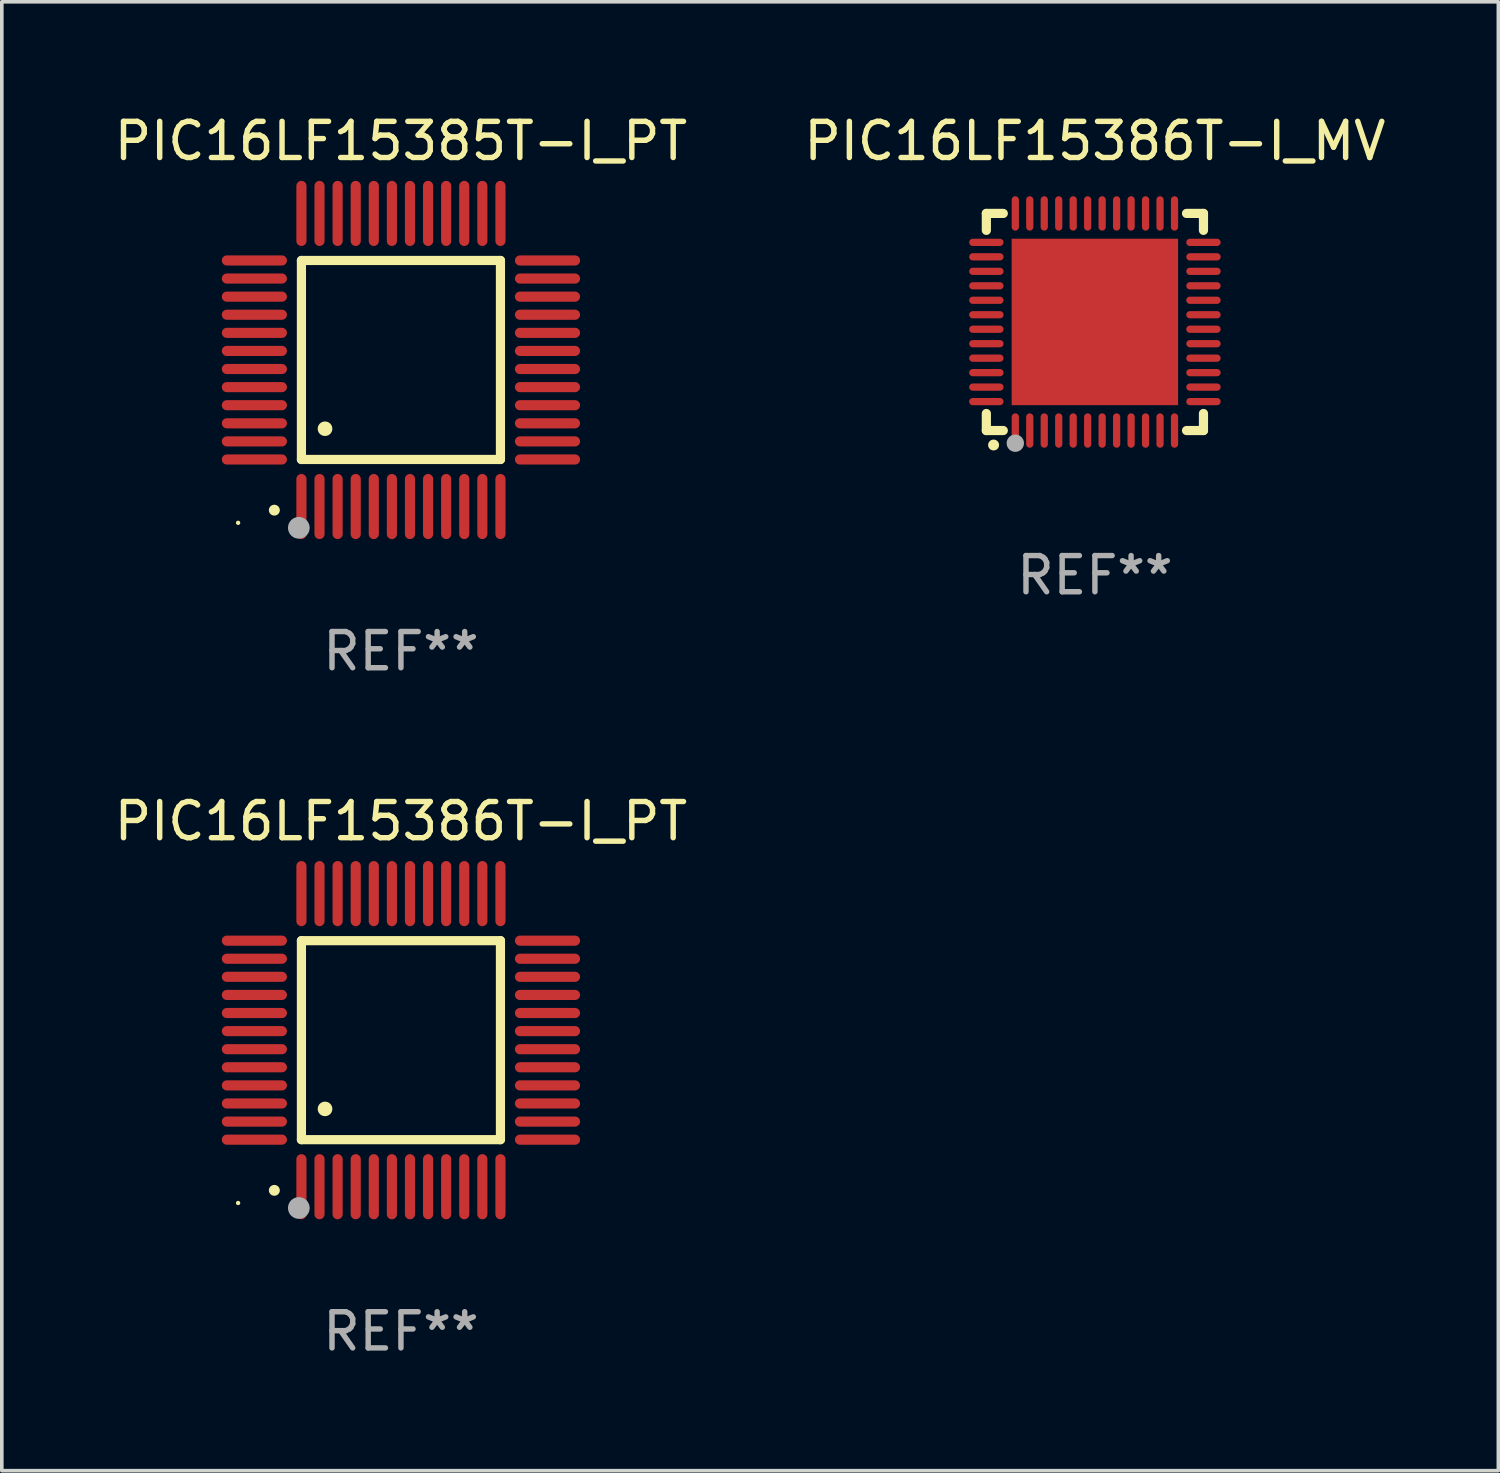
<source format=kicad_pcb>
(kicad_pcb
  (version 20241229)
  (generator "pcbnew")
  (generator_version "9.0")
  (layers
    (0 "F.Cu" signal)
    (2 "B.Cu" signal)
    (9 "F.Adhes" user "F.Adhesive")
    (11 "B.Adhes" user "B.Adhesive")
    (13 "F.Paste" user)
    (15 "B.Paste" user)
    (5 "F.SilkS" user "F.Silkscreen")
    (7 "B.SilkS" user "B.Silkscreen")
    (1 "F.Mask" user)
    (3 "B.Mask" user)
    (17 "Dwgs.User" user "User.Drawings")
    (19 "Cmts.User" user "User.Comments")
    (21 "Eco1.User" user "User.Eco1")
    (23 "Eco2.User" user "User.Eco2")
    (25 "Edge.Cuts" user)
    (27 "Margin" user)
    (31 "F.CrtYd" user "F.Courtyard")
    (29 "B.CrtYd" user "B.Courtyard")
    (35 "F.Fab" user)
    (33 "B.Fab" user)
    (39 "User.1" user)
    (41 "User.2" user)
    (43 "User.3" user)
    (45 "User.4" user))
  (footprint "PIC16LF15386T-I_PT"
    (layer "F.Cu")
    (at 8.03 25.695)
    (property "Reference" "PIC16LF15386T-I_PT" (at 0 -6.05 0) (layer "F.SilkS") (effects (font (size 1 1) (thickness 0.15))))
    (attr through_hole)
    (fp_line (start -2.75 -2.75) (end 2.75 -2.75) (stroke (width 0.254) (type solid)) (layer "F.SilkS"))
    (fp_line (start -2.75 2.75) (end -2.75 -2.75) (stroke (width 0.254) (type solid)) (layer "F.SilkS"))
    (fp_line (start 2.75 -2.75) (end 2.75 2.75) (stroke (width 0.254) (type solid)) (layer "F.SilkS"))
    (fp_line (start 2.75 2.75) (end -2.75 2.75) (stroke (width 0.254) (type solid)) (layer "F.SilkS"))
    (fp_arc (start -3.500127 4.150368) (mid -3.498857 4.150363) (end -3.497587 4.150368) (stroke (width 0.3) (type solid)) (layer "F.SilkS"))
    (fp_arc (start -2.100584 1.899924) (mid -2.098044 1.899908) (end -2.095504 1.899924) (stroke (width 0.4) (type solid)) (layer "F.SilkS"))
    (fp_circle (center -4.5 4.5) (end -4.47 4.5) (stroke (width 0.06) (type solid)) (fill no) (layer "F.SilkS"))
    (fp_circle (center -2.822 4.638) (end -2.672 4.638) (stroke (width 0.3) (type solid)) (fill no) (layer "F.Fab"))
    (fp_text user "REF**" (at 0 8.05 0) (layer "F.Fab") (effects (font (size 1 1) (thickness 0.15))))
    (pad "1" smd oval (at -2.75 4.05) (size 0.28 1.8) (layers "F.Cu" "F.Mask" "F.Paste"))
    (pad "2" smd oval (at -2.25 4.05) (size 0.28 1.8) (layers "F.Cu" "F.Mask" "F.Paste"))
    (pad "3" smd oval (at -1.75 4.05) (size 0.28 1.8) (layers "F.Cu" "F.Mask" "F.Paste"))
    (pad "4" smd oval (at -1.25 4.05) (size 0.28 1.8) (layers "F.Cu" "F.Mask" "F.Paste"))
    (pad "5" smd oval (at -0.75 4.05) (size 0.28 1.8) (layers "F.Cu" "F.Mask" "F.Paste"))
    (pad "6" smd oval (at -0.25 4.05) (size 0.28 1.8) (layers "F.Cu" "F.Mask" "F.Paste"))
    (pad "7" smd oval (at 0.25 4.05) (size 0.28 1.8) (layers "F.Cu" "F.Mask" "F.Paste"))
    (pad "8" smd oval (at 0.75 4.05) (size 0.28 1.8) (layers "F.Cu" "F.Mask" "F.Paste"))
    (pad "9" smd oval (at 1.25 4.05) (size 0.28 1.8) (layers "F.Cu" "F.Mask" "F.Paste"))
    (pad "10" smd oval (at 1.75 4.05) (size 0.28 1.8) (layers "F.Cu" "F.Mask" "F.Paste"))
    (pad "11" smd oval (at 2.25 4.05) (size 0.28 1.8) (layers "F.Cu" "F.Mask" "F.Paste"))
    (pad "12" smd oval (at 2.75 4.05) (size 0.28 1.8) (layers "F.Cu" "F.Mask" "F.Paste"))
    (pad "13" smd oval (at 4.05 2.75) (size 1.8 0.28) (layers "F.Cu" "F.Mask" "F.Paste"))
    (pad "14" smd oval (at 4.05 2.25) (size 1.8 0.28) (layers "F.Cu" "F.Mask" "F.Paste"))
    (pad "15" smd oval (at 4.05 1.75) (size 1.8 0.28) (layers "F.Cu" "F.Mask" "F.Paste"))
    (pad "16" smd oval (at 4.05 1.25) (size 1.8 0.28) (layers "F.Cu" "F.Mask" "F.Paste"))
    (pad "17" smd oval (at 4.05 0.75) (size 1.8 0.28) (layers "F.Cu" "F.Mask" "F.Paste"))
    (pad "18" smd oval (at 4.05 0.25) (size 1.8 0.28) (layers "F.Cu" "F.Mask" "F.Paste"))
    (pad "19" smd oval (at 4.05 -0.25) (size 1.8 0.28) (layers "F.Cu" "F.Mask" "F.Paste"))
    (pad "20" smd oval (at 4.05 -0.75) (size 1.8 0.28) (layers "F.Cu" "F.Mask" "F.Paste"))
    (pad "21" smd oval (at 4.05 -1.25) (size 1.8 0.28) (layers "F.Cu" "F.Mask" "F.Paste"))
    (pad "22" smd oval (at 4.05 -1.75) (size 1.8 0.28) (layers "F.Cu" "F.Mask" "F.Paste"))
    (pad "23" smd oval (at 4.05 -2.25) (size 1.8 0.28) (layers "F.Cu" "F.Mask" "F.Paste"))
    (pad "24" smd oval (at 4.05 -2.75) (size 1.8 0.28) (layers "F.Cu" "F.Mask" "F.Paste"))
    (pad "25" smd oval (at 2.75 -4.05) (size 0.28 1.8) (layers "F.Cu" "F.Mask" "F.Paste"))
    (pad "26" smd oval (at 2.25 -4.05) (size 0.28 1.8) (layers "F.Cu" "F.Mask" "F.Paste"))
    (pad "27" smd oval (at 1.75 -4.05) (size 0.28 1.8) (layers "F.Cu" "F.Mask" "F.Paste"))
    (pad "28" smd oval (at 1.25 -4.05) (size 0.28 1.8) (layers "F.Cu" "F.Mask" "F.Paste"))
    (pad "29" smd oval (at 0.75 -4.05) (size 0.28 1.8) (layers "F.Cu" "F.Mask" "F.Paste"))
    (pad "30" smd oval (at 0.25 -4.05) (size 0.28 1.8) (layers "F.Cu" "F.Mask" "F.Paste"))
    (pad "31" smd oval (at -0.25 -4.05) (size 0.28 1.8) (layers "F.Cu" "F.Mask" "F.Paste"))
    (pad "32" smd oval (at -0.75 -4.05) (size 0.28 1.8) (layers "F.Cu" "F.Mask" "F.Paste"))
    (pad "33" smd oval (at -1.25 -4.05) (size 0.28 1.8) (layers "F.Cu" "F.Mask" "F.Paste"))
    (pad "34" smd oval (at -1.75 -4.05) (size 0.28 1.8) (layers "F.Cu" "F.Mask" "F.Paste"))
    (pad "35" smd oval (at -2.25 -4.05) (size 0.28 1.8) (layers "F.Cu" "F.Mask" "F.Paste"))
    (pad "36" smd oval (at -2.75 -4.05) (size 0.28 1.8) (layers "F.Cu" "F.Mask" "F.Paste"))
    (pad "37" smd oval (at -4.05 -2.75) (size 1.8 0.28) (layers "F.Cu" "F.Mask" "F.Paste"))
    (pad "38" smd oval (at -4.05 -2.25) (size 1.8 0.28) (layers "F.Cu" "F.Mask" "F.Paste"))
    (pad "39" smd oval (at -4.05 -1.75) (size 1.8 0.28) (layers "F.Cu" "F.Mask" "F.Paste"))
    (pad "40" smd oval (at -4.05 -1.25) (size 1.8 0.28) (layers "F.Cu" "F.Mask" "F.Paste"))
    (pad "41" smd oval (at -4.05 -0.75) (size 1.8 0.28) (layers "F.Cu" "F.Mask" "F.Paste"))
    (pad "42" smd oval (at -4.05 -0.25) (size 1.8 0.28) (layers "F.Cu" "F.Mask" "F.Paste"))
    (pad "43" smd oval (at -4.05 0.25) (size 1.8 0.28) (layers "F.Cu" "F.Mask" "F.Paste"))
    (pad "44" smd oval (at -4.05 0.75) (size 1.8 0.28) (layers "F.Cu" "F.Mask" "F.Paste"))
    (pad "45" smd oval (at -4.05 1.25) (size 1.8 0.28) (layers "F.Cu" "F.Mask" "F.Paste"))
    (pad "46" smd oval (at -4.05 1.75) (size 1.8 0.28) (layers "F.Cu" "F.Mask" "F.Paste"))
    (pad "47" smd oval (at -4.05 2.25) (size 1.8 0.28) (layers "F.Cu" "F.Mask" "F.Paste"))
    (pad "48" smd oval (at -4.05 2.75) (size 1.8 0.28) (layers "F.Cu" "F.Mask" "F.Paste")))
  (footprint "PIC16LF15385T-I_PT"
    (layer "F.Cu")
    (at 8.03 6.898)
    (property "Reference" "PIC16LF15385T-I_PT" (at 0 -6.05 0) (layer "F.SilkS") (effects (font (size 1 1) (thickness 0.15))))
    (attr through_hole)
    (fp_line (start -2.75 -2.75) (end 2.75 -2.75) (stroke (width 0.254) (type solid)) (layer "F.SilkS"))
    (fp_line (start -2.75 2.75) (end -2.75 -2.75) (stroke (width 0.254) (type solid)) (layer "F.SilkS"))
    (fp_line (start 2.75 -2.75) (end 2.75 2.75) (stroke (width 0.254) (type solid)) (layer "F.SilkS"))
    (fp_line (start 2.75 2.75) (end -2.75 2.75) (stroke (width 0.254) (type solid)) (layer "F.SilkS"))
    (fp_arc (start -3.500127 4.150368) (mid -3.498857 4.150363) (end -3.497587 4.150368) (stroke (width 0.3) (type solid)) (layer "F.SilkS"))
    (fp_arc (start -2.100584 1.899924) (mid -2.098044 1.899908) (end -2.095504 1.899924) (stroke (width 0.4) (type solid)) (layer "F.SilkS"))
    (fp_circle (center -4.5 4.5) (end -4.47 4.5) (stroke (width 0.06) (type solid)) (fill no) (layer "F.SilkS"))
    (fp_circle (center -2.822 4.638) (end -2.672 4.638) (stroke (width 0.3) (type solid)) (fill no) (layer "F.Fab"))
    (fp_text user "REF**" (at 0 8.05 0) (layer "F.Fab") (effects (font (size 1 1) (thickness 0.15))))
    (pad "1" smd oval (at -2.75 4.05) (size 0.28 1.8) (layers "F.Cu" "F.Mask" "F.Paste"))
    (pad "2" smd oval (at -2.25 4.05) (size 0.28 1.8) (layers "F.Cu" "F.Mask" "F.Paste"))
    (pad "3" smd oval (at -1.75 4.05) (size 0.28 1.8) (layers "F.Cu" "F.Mask" "F.Paste"))
    (pad "4" smd oval (at -1.25 4.05) (size 0.28 1.8) (layers "F.Cu" "F.Mask" "F.Paste"))
    (pad "5" smd oval (at -0.75 4.05) (size 0.28 1.8) (layers "F.Cu" "F.Mask" "F.Paste"))
    (pad "6" smd oval (at -0.25 4.05) (size 0.28 1.8) (layers "F.Cu" "F.Mask" "F.Paste"))
    (pad "7" smd oval (at 0.25 4.05) (size 0.28 1.8) (layers "F.Cu" "F.Mask" "F.Paste"))
    (pad "8" smd oval (at 0.75 4.05) (size 0.28 1.8) (layers "F.Cu" "F.Mask" "F.Paste"))
    (pad "9" smd oval (at 1.25 4.05) (size 0.28 1.8) (layers "F.Cu" "F.Mask" "F.Paste"))
    (pad "10" smd oval (at 1.75 4.05) (size 0.28 1.8) (layers "F.Cu" "F.Mask" "F.Paste"))
    (pad "11" smd oval (at 2.25 4.05) (size 0.28 1.8) (layers "F.Cu" "F.Mask" "F.Paste"))
    (pad "12" smd oval (at 2.75 4.05) (size 0.28 1.8) (layers "F.Cu" "F.Mask" "F.Paste"))
    (pad "13" smd oval (at 4.05 2.75) (size 1.8 0.28) (layers "F.Cu" "F.Mask" "F.Paste"))
    (pad "14" smd oval (at 4.05 2.25) (size 1.8 0.28) (layers "F.Cu" "F.Mask" "F.Paste"))
    (pad "15" smd oval (at 4.05 1.75) (size 1.8 0.28) (layers "F.Cu" "F.Mask" "F.Paste"))
    (pad "16" smd oval (at 4.05 1.25) (size 1.8 0.28) (layers "F.Cu" "F.Mask" "F.Paste"))
    (pad "17" smd oval (at 4.05 0.75) (size 1.8 0.28) (layers "F.Cu" "F.Mask" "F.Paste"))
    (pad "18" smd oval (at 4.05 0.25) (size 1.8 0.28) (layers "F.Cu" "F.Mask" "F.Paste"))
    (pad "19" smd oval (at 4.05 -0.25) (size 1.8 0.28) (layers "F.Cu" "F.Mask" "F.Paste"))
    (pad "20" smd oval (at 4.05 -0.75) (size 1.8 0.28) (layers "F.Cu" "F.Mask" "F.Paste"))
    (pad "21" smd oval (at 4.05 -1.25) (size 1.8 0.28) (layers "F.Cu" "F.Mask" "F.Paste"))
    (pad "22" smd oval (at 4.05 -1.75) (size 1.8 0.28) (layers "F.Cu" "F.Mask" "F.Paste"))
    (pad "23" smd oval (at 4.05 -2.25) (size 1.8 0.28) (layers "F.Cu" "F.Mask" "F.Paste"))
    (pad "24" smd oval (at 4.05 -2.75) (size 1.8 0.28) (layers "F.Cu" "F.Mask" "F.Paste"))
    (pad "25" smd oval (at 2.75 -4.05) (size 0.28 1.8) (layers "F.Cu" "F.Mask" "F.Paste"))
    (pad "26" smd oval (at 2.25 -4.05) (size 0.28 1.8) (layers "F.Cu" "F.Mask" "F.Paste"))
    (pad "27" smd oval (at 1.75 -4.05) (size 0.28 1.8) (layers "F.Cu" "F.Mask" "F.Paste"))
    (pad "28" smd oval (at 1.25 -4.05) (size 0.28 1.8) (layers "F.Cu" "F.Mask" "F.Paste"))
    (pad "29" smd oval (at 0.75 -4.05) (size 0.28 1.8) (layers "F.Cu" "F.Mask" "F.Paste"))
    (pad "30" smd oval (at 0.25 -4.05) (size 0.28 1.8) (layers "F.Cu" "F.Mask" "F.Paste"))
    (pad "31" smd oval (at -0.25 -4.05) (size 0.28 1.8) (layers "F.Cu" "F.Mask" "F.Paste"))
    (pad "32" smd oval (at -0.75 -4.05) (size 0.28 1.8) (layers "F.Cu" "F.Mask" "F.Paste"))
    (pad "33" smd oval (at -1.25 -4.05) (size 0.28 1.8) (layers "F.Cu" "F.Mask" "F.Paste"))
    (pad "34" smd oval (at -1.75 -4.05) (size 0.28 1.8) (layers "F.Cu" "F.Mask" "F.Paste"))
    (pad "35" smd oval (at -2.25 -4.05) (size 0.28 1.8) (layers "F.Cu" "F.Mask" "F.Paste"))
    (pad "36" smd oval (at -2.75 -4.05) (size 0.28 1.8) (layers "F.Cu" "F.Mask" "F.Paste"))
    (pad "37" smd oval (at -4.05 -2.75) (size 1.8 0.28) (layers "F.Cu" "F.Mask" "F.Paste"))
    (pad "38" smd oval (at -4.05 -2.25) (size 1.8 0.28) (layers "F.Cu" "F.Mask" "F.Paste"))
    (pad "39" smd oval (at -4.05 -1.75) (size 1.8 0.28) (layers "F.Cu" "F.Mask" "F.Paste"))
    (pad "40" smd oval (at -4.05 -1.25) (size 1.8 0.28) (layers "F.Cu" "F.Mask" "F.Paste"))
    (pad "41" smd oval (at -4.05 -0.75) (size 1.8 0.28) (layers "F.Cu" "F.Mask" "F.Paste"))
    (pad "42" smd oval (at -4.05 -0.25) (size 1.8 0.28) (layers "F.Cu" "F.Mask" "F.Paste"))
    (pad "43" smd oval (at -4.05 0.25) (size 1.8 0.28) (layers "F.Cu" "F.Mask" "F.Paste"))
    (pad "44" smd oval (at -4.05 0.75) (size 1.8 0.28) (layers "F.Cu" "F.Mask" "F.Paste"))
    (pad "45" smd oval (at -4.05 1.25) (size 1.8 0.28) (layers "F.Cu" "F.Mask" "F.Paste"))
    (pad "46" smd oval (at -4.05 1.75) (size 1.8 0.28) (layers "F.Cu" "F.Mask" "F.Paste"))
    (pad "47" smd oval (at -4.05 2.25) (size 1.8 0.28) (layers "F.Cu" "F.Mask" "F.Paste"))
    (pad "48" smd oval (at -4.05 2.75) (size 1.8 0.28) (layers "F.Cu" "F.Mask" "F.Paste")))
  (footprint "PIC16LF15386T-I_MV"
    (layer "F.Cu")
    (at 27.208 5.848)
    (property "Reference" "PIC16LF15386T-I_MV" (at 0 -5 0) (layer "F.SilkS") (effects (font (size 1 1) (thickness 0.15))))
    (attr through_hole)
    (fp_line (start -3 -3) (end -2.532 -3) (stroke (width 0.254) (type solid)) (layer "F.SilkS"))
    (fp_line (start -3 -2.532) (end -3 -3) (stroke (width 0.254) (type solid)) (layer "F.SilkS"))
    (fp_line (start -3 3) (end -3 2.529) (stroke (width 0.254) (type solid)) (layer "F.SilkS"))
    (fp_line (start -2.532 3) (end -3 3) (stroke (width 0.254) (type solid)) (layer "F.SilkS"))
    (fp_line (start 2.532 -3) (end 3 -3) (stroke (width 0.254) (type solid)) (layer "F.SilkS"))
    (fp_line (start 3 -3) (end 3 -2.532) (stroke (width 0.254) (type solid)) (layer "F.SilkS"))
    (fp_line (start 3 2.529) (end 3 3) (stroke (width 0.254) (type solid)) (layer "F.SilkS"))
    (fp_line (start 3 3) (end 2.532 3) (stroke (width 0.254) (type solid)) (layer "F.SilkS"))
    (fp_arc (start -2.801295 3.400025) (mid -2.800025 3.40002) (end -2.798755 3.400025) (stroke (width 0.3) (type solid)) (layer "F.SilkS"))
    (fp_circle (center -3 3) (end -2.97 3) (stroke (width 0.06) (type solid)) (fill no) (layer "F.SilkS"))
    (fp_circle (center -2.2 3.35) (end -2.08 3.35) (stroke (width 0.24) (type solid)) (fill no) (layer "F.Fab"))
    (fp_text user "REF**" (at 0 7 0) (layer "F.Fab") (effects (font (size 1 1) (thickness 0.15))))
    (pad "1" smd oval (at -2.2 3) (size 0.2 0.95) (layers "F.Cu" "F.Mask" "F.Paste"))
    (pad "2" smd oval (at -1.8 3) (size 0.2 0.95) (layers "F.Cu" "F.Mask" "F.Paste"))
    (pad "3" smd oval (at -1.4 3) (size 0.2 0.95) (layers "F.Cu" "F.Mask" "F.Paste"))
    (pad "4" smd oval (at -1 3) (size 0.2 0.95) (layers "F.Cu" "F.Mask" "F.Paste"))
    (pad "5" smd oval (at -0.6 3) (size 0.2 0.95) (layers "F.Cu" "F.Mask" "F.Paste"))
    (pad "6" smd oval (at -0.2 3) (size 0.2 0.95) (layers "F.Cu" "F.Mask" "F.Paste"))
    (pad "7" smd oval (at 0.2 3) (size 0.2 0.95) (layers "F.Cu" "F.Mask" "F.Paste"))
    (pad "8" smd oval (at 0.6 3) (size 0.2 0.95) (layers "F.Cu" "F.Mask" "F.Paste"))
    (pad "9" smd oval (at 1 3) (size 0.2 0.95) (layers "F.Cu" "F.Mask" "F.Paste"))
    (pad "10" smd oval (at 1.4 3) (size 0.2 0.95) (layers "F.Cu" "F.Mask" "F.Paste"))
    (pad "11" smd oval (at 1.8 3) (size 0.2 0.95) (layers "F.Cu" "F.Mask" "F.Paste"))
    (pad "12" smd oval (at 2.2 3) (size 0.2 0.95) (layers "F.Cu" "F.Mask" "F.Paste"))
    (pad "13" smd oval (at 3 2.2 90) (size 0.2 0.95) (layers "F.Cu" "F.Mask" "F.Paste"))
    (pad "14" smd oval (at 3 1.8 90) (size 0.2 0.95) (layers "F.Cu" "F.Mask" "F.Paste"))
    (pad "15" smd oval (at 3 1.4 90) (size 0.2 0.95) (layers "F.Cu" "F.Mask" "F.Paste"))
    (pad "16" smd oval (at 3 1 90) (size 0.2 0.95) (layers "F.Cu" "F.Mask" "F.Paste"))
    (pad "17" smd oval (at 3 0.6 90) (size 0.2 0.95) (layers "F.Cu" "F.Mask" "F.Paste"))
    (pad "18" smd oval (at 3 0.2 90) (size 0.2 0.95) (layers "F.Cu" "F.Mask" "F.Paste"))
    (pad "19" smd oval (at 3 -0.2 90) (size 0.2 0.95) (layers "F.Cu" "F.Mask" "F.Paste"))
    (pad "20" smd oval (at 3 -0.6 90) (size 0.2 0.95) (layers "F.Cu" "F.Mask" "F.Paste"))
    (pad "21" smd oval (at 3 -1 90) (size 0.2 0.95) (layers "F.Cu" "F.Mask" "F.Paste"))
    (pad "22" smd oval (at 3 -1.4 90) (size 0.2 0.95) (layers "F.Cu" "F.Mask" "F.Paste"))
    (pad "23" smd oval (at 3 -1.8 90) (size 0.2 0.95) (layers "F.Cu" "F.Mask" "F.Paste"))
    (pad "24" smd oval (at 3 -2.2 90) (size 0.2 0.95) (layers "F.Cu" "F.Mask" "F.Paste"))
    (pad "25" smd oval (at 2.2 -3 180) (size 0.2 0.95) (layers "F.Cu" "F.Mask" "F.Paste"))
    (pad "26" smd oval (at 1.8 -3 180) (size 0.2 0.95) (layers "F.Cu" "F.Mask" "F.Paste"))
    (pad "27" smd oval (at 1.4 -3 180) (size 0.2 0.95) (layers "F.Cu" "F.Mask" "F.Paste"))
    (pad "28" smd oval (at 1 -3 180) (size 0.2 0.95) (layers "F.Cu" "F.Mask" "F.Paste"))
    (pad "29" smd oval (at 0.6 -3 180) (size 0.2 0.95) (layers "F.Cu" "F.Mask" "F.Paste"))
    (pad "30" smd oval (at 0.2 -3 180) (size 0.2 0.95) (layers "F.Cu" "F.Mask" "F.Paste"))
    (pad "31" smd oval (at -0.2 -3 180) (size 0.2 0.95) (layers "F.Cu" "F.Mask" "F.Paste"))
    (pad "32" smd oval (at -0.6 -3 180) (size 0.2 0.95) (layers "F.Cu" "F.Mask" "F.Paste"))
    (pad "33" smd oval (at -1 -3 180) (size 0.2 0.95) (layers "F.Cu" "F.Mask" "F.Paste"))
    (pad "34" smd oval (at -1.4 -3 180) (size 0.2 0.95) (layers "F.Cu" "F.Mask" "F.Paste"))
    (pad "35" smd oval (at -1.8 -3 180) (size 0.2 0.95) (layers "F.Cu" "F.Mask" "F.Paste"))
    (pad "36" smd oval (at -2.2 -3 180) (size 0.2 0.95) (layers "F.Cu" "F.Mask" "F.Paste"))
    (pad "37" smd oval (at -3 -2.2 270) (size 0.2 0.95) (layers "F.Cu" "F.Mask" "F.Paste"))
    (pad "38" smd oval (at -3 -1.8 270) (size 0.2 0.95) (layers "F.Cu" "F.Mask" "F.Paste"))
    (pad "39" smd oval (at -3 -1.4 270) (size 0.2 0.95) (layers "F.Cu" "F.Mask" "F.Paste"))
    (pad "40" smd oval (at -3 -1 270) (size 0.2 0.95) (layers "F.Cu" "F.Mask" "F.Paste"))
    (pad "41" smd oval (at -3 -0.6 270) (size 0.2 0.95) (layers "F.Cu" "F.Mask" "F.Paste"))
    (pad "42" smd oval (at -3 -0.2 270) (size 0.2 0.95) (layers "F.Cu" "F.Mask" "F.Paste"))
    (pad "43" smd oval (at -3 0.2 270) (size 0.2 0.95) (layers "F.Cu" "F.Mask" "F.Paste"))
    (pad "44" smd oval (at -3 0.6 270) (size 0.2 0.95) (layers "F.Cu" "F.Mask" "F.Paste"))
    (pad "45" smd oval (at -3 1 270) (size 0.2 0.95) (layers "F.Cu" "F.Mask" "F.Paste"))
    (pad "46" smd oval (at -3 1.4 270) (size 0.2 0.95) (layers "F.Cu" "F.Mask" "F.Paste"))
    (pad "47" smd oval (at -3 1.8 270) (size 0.2 0.95) (layers "F.Cu" "F.Mask" "F.Paste"))
    (pad "48" smd oval (at -3 2.2 270) (size 0.2 0.95) (layers "F.Cu" "F.Mask" "F.Paste"))
    (pad "49" smd rect (at -0.001 -0.001 180) (size 4.6 4.6) (layers "F.Cu" "F.Mask" "F.Paste")))
  (gr_rect
    (start -3 -3)
    (end 38.357 37.593)
    (stroke (width 0.1) (type default))
    (fill no)
    (layer "Edge.Cuts")))
</source>
